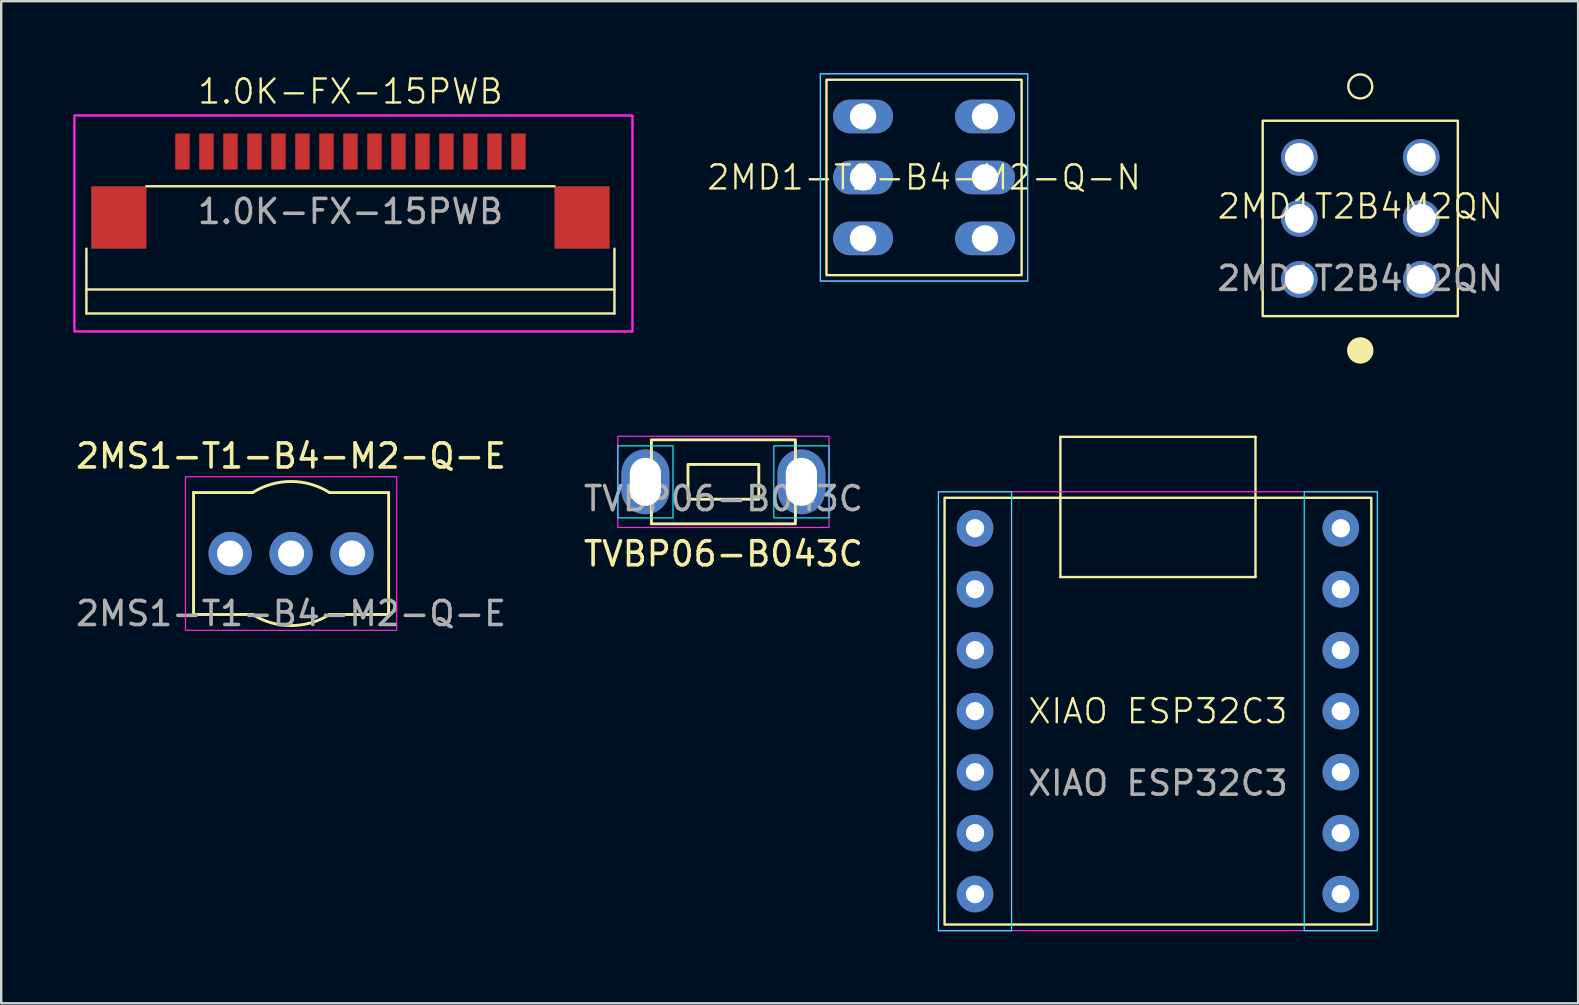
<source format=kicad_pcb>
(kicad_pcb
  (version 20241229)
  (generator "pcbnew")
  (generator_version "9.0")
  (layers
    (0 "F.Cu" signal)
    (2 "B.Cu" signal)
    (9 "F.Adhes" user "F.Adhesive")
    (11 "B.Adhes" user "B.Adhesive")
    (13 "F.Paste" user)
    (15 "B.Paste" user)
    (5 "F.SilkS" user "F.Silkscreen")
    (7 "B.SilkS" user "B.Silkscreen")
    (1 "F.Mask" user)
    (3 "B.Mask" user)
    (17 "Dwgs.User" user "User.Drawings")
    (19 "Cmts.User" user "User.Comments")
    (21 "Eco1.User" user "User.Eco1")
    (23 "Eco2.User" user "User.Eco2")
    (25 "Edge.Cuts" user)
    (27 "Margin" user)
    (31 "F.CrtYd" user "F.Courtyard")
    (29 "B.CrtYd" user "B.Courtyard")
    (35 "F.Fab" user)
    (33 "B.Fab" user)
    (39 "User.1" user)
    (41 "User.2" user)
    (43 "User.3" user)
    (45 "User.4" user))
  (footprint "1.0K-FX-15PWB"
    (layer "F.Cu")
    (at 11.55 6.261)
    (property "Reference" "1.0K-FX-15PWB" (at 0 -5.5 0) (unlocked yes) (layer "F.SilkS") (effects (font (size 1 1) (thickness 0.1))))
    (attr smd)
    (fp_line (start -11 1.05) (end -11 3.75) (stroke (width 0.1) (type default)) (layer "F.SilkS"))
    (fp_line (start -11 2.75) (end 11 2.75) (stroke (width 0.1) (type default)) (layer "F.SilkS"))
    (fp_line (start -11 3.75) (end 11 3.75) (stroke (width 0.1) (type default)) (layer "F.SilkS"))
    (fp_line (start -8.5 -1.55) (end 8.5 -1.55) (stroke (width 0.1) (type default)) (layer "F.SilkS"))
    (fp_line (start 11 1.05) (end 11 3.75) (stroke (width 0.1) (type default)) (layer "F.SilkS"))
    (fp_rect (start -11.5 -4.5) (end 11.75 4.5) (stroke (width 0.1) (type default)) (fill no) (layer "F.CrtYd"))
    (fp_text user "${REFERENCE}" (at 0 -0.5 0) (unlocked yes) (layer "F.Fab") (effects (font (size 1 1) (thickness 0.15))))
    (pad "1" smd rect (at -7 -3) (size 0.6 1.5) (layers "F.Cu" "F.Mask" "F.Paste"))
    (pad "2" smd rect (at -6 -3) (size 0.6 1.5) (layers "F.Cu" "F.Mask" "F.Paste"))
    (pad "3" smd rect (at -5 -3) (size 0.6 1.5) (layers "F.Cu" "F.Mask" "F.Paste"))
    (pad "4" smd rect (at -4 -3) (size 0.6 1.5) (layers "F.Cu" "F.Mask" "F.Paste"))
    (pad "5" smd rect (at -3 -3) (size 0.6 1.5) (layers "F.Cu" "F.Mask" "F.Paste"))
    (pad "6" smd rect (at -2 -3) (size 0.6 1.5) (layers "F.Cu" "F.Mask" "F.Paste"))
    (pad "7" smd rect (at -1 -3) (size 0.6 1.5) (layers "F.Cu" "F.Mask" "F.Paste"))
    (pad "8" smd rect (at 0 -3) (size 0.6 1.5) (layers "F.Cu" "F.Mask" "F.Paste"))
    (pad "9" smd rect (at 1 -3) (size 0.6 1.5) (layers "F.Cu" "F.Mask" "F.Paste"))
    (pad "10" smd rect (at 2 -3) (size 0.6 1.5) (layers "F.Cu" "F.Mask" "F.Paste"))
    (pad "11" smd rect (at 3 -3) (size 0.6 1.5) (layers "F.Cu" "F.Mask" "F.Paste"))
    (pad "12" smd rect (at 4 -3) (size 0.6 1.5) (layers "F.Cu" "F.Mask" "F.Paste"))
    (pad "13" smd rect (at 5 -3) (size 0.6 1.5) (layers "F.Cu" "F.Mask" "F.Paste"))
    (pad "14" smd rect (at 6 -3) (size 0.6 1.5) (layers "F.Cu" "F.Mask" "F.Paste"))
    (pad "15" smd rect (at 7 -3) (size 0.6 1.5) (layers "F.Cu" "F.Mask" "F.Paste"))
    (pad "MP" smd rect (at -9.65 -0.25) (size 2.3 2.6) (layers "F.Cu" "F.Mask" "F.Paste"))
    (pad "MP" smd rect (at 9.65 -0.25) (size 2.3 2.6) (layers "F.Cu" "F.Mask" "F.Paste")))
  (footprint "2MS1-T1-B4-M2-Q-E"
    (layer "F.Cu")
    (at 9.077 20.012)
    (property "Reference" "2MS1-T1-B4-M2-Q-E" (at 0 -4.064 0) (unlocked yes) (layer "F.SilkS") (effects (font (size 1 1) (thickness 0.15))))
    (attr through_hole)
    (fp_line (start -4.064 -2.54) (end -1.6 -2.54) (stroke (width 0.12) (type default)) (layer "F.SilkS"))
    (fp_line (start -4.064 2.54) (end -4.064 -2.54) (stroke (width 0.12) (type default)) (layer "F.SilkS"))
    (fp_line (start -1.6 2.54) (end -4.064 2.54) (stroke (width 0.12) (type default)) (layer "F.SilkS"))
    (fp_line (start 4.064 -2.54) (end 1.6 -2.54) (stroke (width 0.12) (type default)) (layer "F.SilkS"))
    (fp_line (start 4.064 2.54) (end 1.6 2.54) (stroke (width 0.12) (type default)) (layer "F.SilkS"))
    (fp_line (start 4.064 2.54) (end 4.064 -2.54) (stroke (width 0.12) (type default)) (layer "F.SilkS"))
    (fp_arc (start -1.6 -2.539999) (mid 0 -3.001932) (end 1.6 -2.539999) (stroke (width 0.12) (type default)) (layer "F.SilkS"))
    (fp_arc (start 1.6 2.539999) (mid 0 3.001932) (end -1.6 2.539999) (stroke (width 0.12) (type default)) (layer "F.SilkS"))
    (fp_rect (start -4.4 -3.2) (end 4.4 3.2) (stroke (width 0.05) (type default)) (fill no) (layer "F.CrtYd"))
    (fp_text user "${REFERENCE}" (at 0 2.5 0) (unlocked yes) (layer "F.Fab") (effects (font (size 1 1) (thickness 0.15))))
    (pad "1" thru_hole circle (at -2.54 0) (size 1.8 1.8) (drill 1.09) (layers "*.Cu" "*.Mask"))
    (pad "2" thru_hole circle (at 0 0) (size 1.8 1.8) (drill 1.09) (layers "*.Cu" "*.Mask"))
    (pad "3" thru_hole circle (at 2.54 0) (size 1.8 1.8) (drill 1.09) (layers "*.Cu" "*.Mask")))
  (footprint "2MD1T2B4M2QN"
    (layer "F.Cu")
    (at 53.623 6.05)
    (property "Reference" "2MD1T2B4M2QN" (at 0 -0.5 0) (unlocked yes) (layer "F.SilkS") (effects (font (size 1 1) (thickness 0.1))))
    (attr through_hole)
    (fp_rect (start -4.065 -4.07) (end 4.065 4.07) (stroke (width 0.1) (type default)) (fill no) (layer "F.SilkS"))
    (fp_circle (center 0 -5.5) (end 0.5 -5.5) (stroke (width 0.1) (type solid)) (fill no) (layer "F.SilkS"))
    (fp_circle (center 0 5.5) (end 0.5 5.5) (stroke (width 0.1) (type solid)) (fill yes) (layer "F.SilkS"))
    (fp_rect (start -4.5 -4.5) (end 4.5 4.5) (stroke (width 0.1) (type default)) (fill no) (layer "Margin"))
    (fp_text user "${REFERENCE}" (at 0 2.5 0) (unlocked yes) (layer "F.Fab") (effects (font (size 1 1) (thickness 0.15))))
    (pad "1" thru_hole circle (at 2.54 2.54) (size 1.524 1.524) (drill 1.2) (layers "*.Cu" "*.Mask"))
    (pad "2" thru_hole circle (at 2.54 0) (size 1.524 1.524) (drill 1.2) (layers "*.Cu" "*.Mask"))
    (pad "3" thru_hole circle (at 2.54 -2.54) (size 1.524 1.524) (drill 1.2) (layers "*.Cu" "*.Mask"))
    (pad "4" thru_hole circle (at -2.54 2.54) (size 1.524 1.524) (drill 1.2) (layers "*.Cu" "*.Mask"))
    (pad "5" thru_hole circle (at -2.54 0) (size 1.524 1.524) (drill 1.2) (layers "*.Cu" "*.Mask"))
    (pad "6" thru_hole circle (at -2.54 -2.54) (size 1.524 1.524) (drill 1.2) (layers "*.Cu" "*.Mask")))
  (footprint "XIAO ESP32C3"
    (layer "F.Cu")
    (at 45.193 26.58)
    (property "Reference" "XIAO ESP32C3" (at 0 0 0) (unlocked yes) (layer "F.SilkS") (effects (font (size 1 1) (thickness 0.1))))
    (attr through_hole)
    (fp_line (start -4.064 -11.43) (end 4.064 -11.43) (stroke (width 0.1) (type default)) (layer "F.SilkS"))
    (fp_line (start -4.064 -5.588) (end -4.064 -11.43) (stroke (width 0.1) (type default)) (layer "F.SilkS"))
    (fp_line (start 4.064 -11.43) (end 4.064 -5.588) (stroke (width 0.1) (type default)) (layer "F.SilkS"))
    (fp_line (start 4.064 -5.588) (end -4.064 -5.588) (stroke (width 0.1) (type default)) (layer "F.SilkS"))
    (fp_rect (start -8.89 -8.89) (end 8.89 8.89) (stroke (width 0.1) (type default)) (fill no) (layer "F.SilkS"))
    (fp_rect (start -9.144 -9.144) (end -6.096 9.144) (stroke (width 0.05) (type default)) (fill no) (layer "B.CrtYd"))
    (fp_rect (start 6.096 -9.144) (end 9.144 9.144) (stroke (width 0.05) (type default)) (fill no) (layer "B.CrtYd"))
    (fp_rect (start -9.144 -9.144) (end 9.144 9.144) (stroke (width 0.05) (type default)) (fill no) (layer "F.CrtYd"))
    (fp_text user "${REFERENCE}" (at 0 3 0) (unlocked yes) (layer "F.Fab") (effects (font (size 1 1) (thickness 0.15))))
    (pad "1" thru_hole circle (at -7.62 -7.62) (size 1.524 1.524) (drill 0.762) (layers "*.Cu" "*.Mask"))
    (pad "2" thru_hole circle (at -7.62 -5.08) (size 1.524 1.524) (drill 0.762) (layers "*.Cu" "*.Mask"))
    (pad "3" thru_hole circle (at -7.62 -2.54) (size 1.524 1.524) (drill 0.762) (layers "*.Cu" "*.Mask"))
    (pad "4" thru_hole circle (at -7.62 0) (size 1.524 1.524) (drill 0.762) (layers "*.Cu" "*.Mask"))
    (pad "5" thru_hole circle (at -7.62 2.54) (size 1.524 1.524) (drill 0.762) (layers "*.Cu" "*.Mask"))
    (pad "6" thru_hole circle (at -7.62 5.08) (size 1.524 1.524) (drill 0.762) (layers "*.Cu" "*.Mask"))
    (pad "7" thru_hole circle (at -7.62 7.62) (size 1.524 1.524) (drill 0.762) (layers "*.Cu" "*.Mask"))
    (pad "8" thru_hole circle (at 7.62 7.62) (size 1.524 1.524) (drill 0.762) (layers "*.Cu" "*.Mask"))
    (pad "9" thru_hole circle (at 7.62 5.08) (size 1.524 1.524) (drill 0.762) (layers "*.Cu" "*.Mask"))
    (pad "10" thru_hole circle (at 7.62 2.54) (size 1.524 1.524) (drill 0.762) (layers "*.Cu" "*.Mask"))
    (pad "11" thru_hole circle (at 7.62 0) (size 1.524 1.524) (drill 0.762) (layers "*.Cu" "*.Mask"))
    (pad "12" thru_hole circle (at 7.62 -2.54) (size 1.524 1.524) (drill 0.762) (layers "*.Cu" "*.Mask"))
    (pad "13" thru_hole circle (at 7.62 -5.08) (size 1.524 1.524) (drill 0.762) (layers "*.Cu" "*.Mask"))
    (pad "14" thru_hole circle (at 7.62 -7.62) (size 1.524 1.524) (drill 0.762) (layers "*.Cu" "*.Mask")))
  (footprint "TVBP06-B043C"
    (layer "F.Cu")
    (at 27.089 17.025)
    (property "Reference" "TVBP06-B043C" (at 0 3 0) (unlocked yes) (layer "F.SilkS") (effects (font (size 1 1) (thickness 0.15))))
    (attr through_hole)
    (fp_rect (start -1.475 -0.725) (end 1.475 0.725) (stroke (width 0.12) (type solid)) (fill no) (layer "F.SilkS"))
    (fp_rect (start 3 -1.75) (end -3 1.75) (stroke (width 0.12) (type default)) (fill no) (layer "F.SilkS"))
    (fp_rect (start -2.1 -1.5) (end -4.4 1.5) (stroke (width 0.05) (type default)) (fill no) (layer "B.CrtYd"))
    (fp_rect (start 4.4 -1.5) (end 2.1 1.5) (stroke (width 0.05) (type default)) (fill no) (layer "B.CrtYd"))
    (fp_rect (start 4.4 -1.9) (end -4.4 1.9) (stroke (width 0.05) (type default)) (fill no) (layer "F.CrtYd"))
    (fp_text user "${REFERENCE}" (at 0 0.7 0) (unlocked yes) (layer "F.Fab") (effects (font (size 1 1) (thickness 0.15))))
    (pad "1" thru_hole oval (at -3.25 0) (size 2 2.7) (drill oval 1.3 2) (layers "*.Cu" "*.Mask"))
    (pad "2" thru_hole oval (at 3.25 0) (size 2 2.7) (drill oval 1.3 2) (layers "*.Cu" "*.Mask")))
  (footprint "2MD1-T2-B4-M2-Q-N"
    (layer "F.Cu")
    (at 35.448 4.343)
    (property "Reference" "2MD1-T2-B4-M2-Q-N" (at 0 0 0) (unlocked yes) (layer "F.SilkS") (effects (font (size 1 1) (thickness 0.1))))
    (attr through_hole)
    (fp_rect (start -4.065 -4.07) (end 4.065 4.07) (stroke (width 0.1) (type default)) (fill no) (layer "F.SilkS"))
    (fp_rect (start -4.318 -4.318) (end 4.318 4.318) (stroke (width 0.05) (type default)) (fill no) (layer "B.CrtYd"))
    (fp_rect (start -4.318 -4.318) (end 4.318 4.318) (stroke (width 0.05) (type default)) (fill no) (layer "F.CrtYd"))
    (pad "1" thru_hole oval (at -2.54 -2.54 180) (size 2.5 1.4) (drill 1.1) (layers "*.Cu" "*.Mask"))
    (pad "2" thru_hole oval (at -2.54 0 180) (size 2.5 1.4) (drill 1.1) (layers "*.Cu" "*.Mask"))
    (pad "3" thru_hole oval (at -2.54 2.54 180) (size 2.5 1.4) (drill 1.1) (layers "*.Cu" "*.Mask"))
    (pad "4" thru_hole oval (at 2.54 -2.54 180) (size 2.5 1.4) (drill 1.1) (layers "*.Cu" "*.Mask"))
    (pad "5" thru_hole oval (at 2.54 0 180) (size 2.5 1.4) (drill 1.1) (layers "*.Cu" "*.Mask"))
    (pad "6" thru_hole oval (at 2.54 2.54 180) (size 2.5 1.4) (drill 1.1) (layers "*.Cu" "*.Mask")))
  (gr_rect
    (start -3 -3)
    (end 62.7 38.749)
    (stroke (width 0.1) (type default))
    (fill no)
    (layer "Edge.Cuts")))
</source>
